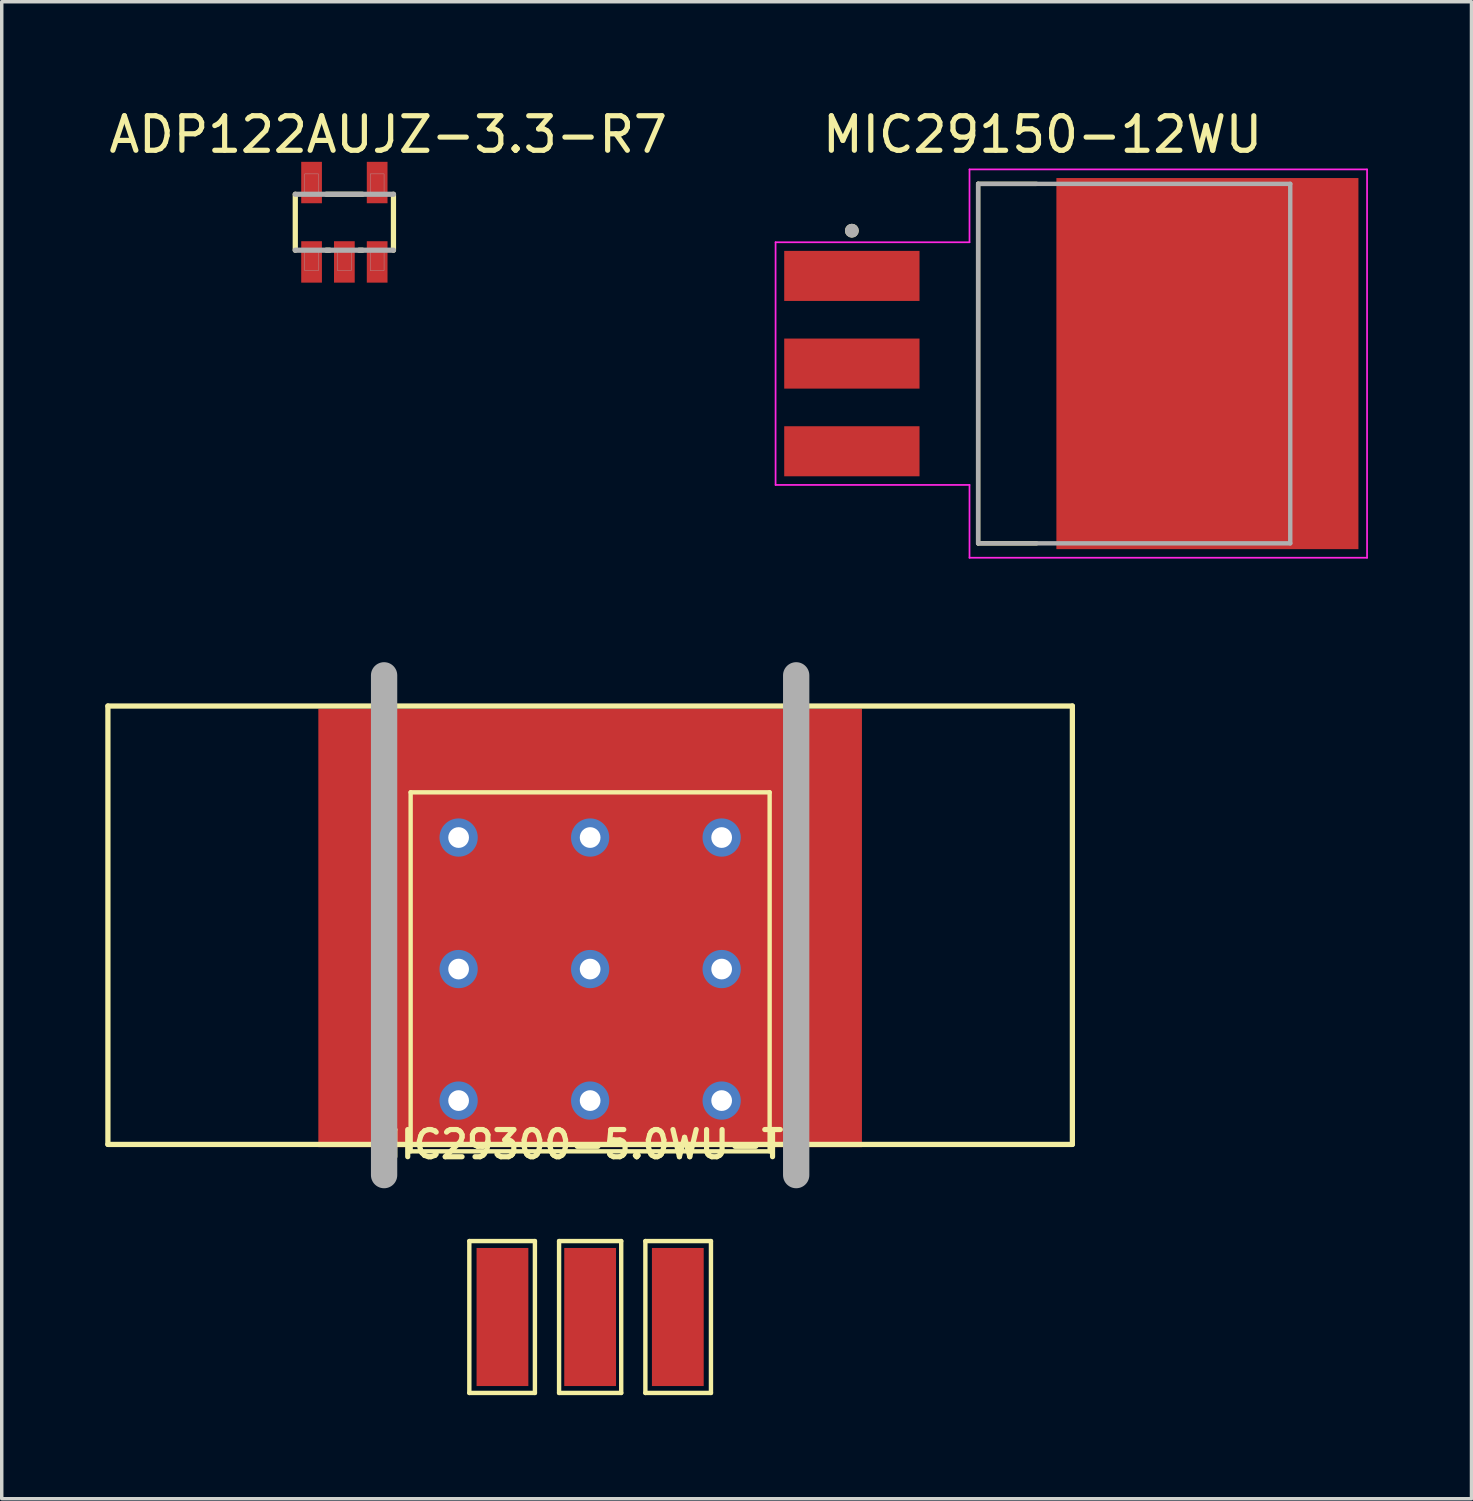
<source format=kicad_pcb>
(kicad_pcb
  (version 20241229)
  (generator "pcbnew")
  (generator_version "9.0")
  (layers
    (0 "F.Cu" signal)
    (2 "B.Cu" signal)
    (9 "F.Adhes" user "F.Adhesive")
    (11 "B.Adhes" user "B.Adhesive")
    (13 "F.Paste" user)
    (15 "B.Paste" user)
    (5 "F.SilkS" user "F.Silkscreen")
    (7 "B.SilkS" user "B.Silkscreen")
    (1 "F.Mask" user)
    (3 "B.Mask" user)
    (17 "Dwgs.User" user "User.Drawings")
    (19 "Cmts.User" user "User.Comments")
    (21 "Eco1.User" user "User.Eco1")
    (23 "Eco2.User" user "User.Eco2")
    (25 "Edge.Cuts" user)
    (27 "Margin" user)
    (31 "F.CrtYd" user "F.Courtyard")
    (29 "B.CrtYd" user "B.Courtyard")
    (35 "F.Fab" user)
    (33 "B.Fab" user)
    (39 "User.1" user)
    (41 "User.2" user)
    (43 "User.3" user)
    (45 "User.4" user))
  (footprint "MIC29150-12WU"
    (layer "F.Cu")
    (at 27.978 7.483)
    (property "Reference" "MIC29150-12WU" (at -0.825 -6.635 0) (layer "F.SilkS") (effects (font (size 1 1) (thickness 0.15))))
    (attr smd)
    (fp_line (start -2.692 -5.207) (end -1 -5.207) (stroke (width 0.127) (type solid)) (layer "F.SilkS"))
    (fp_line (start -2.692 5.207) (end -2.692 -5.207) (stroke (width 0.127) (type solid)) (layer "F.SilkS"))
    (fp_line (start -1 5.207) (end -2.692 5.207) (stroke (width 0.127) (type solid)) (layer "F.SilkS"))
    (fp_circle (center -6.35 -3.85) (end -6.25 -3.85) (stroke (width 0.2) (type solid)) (fill no) (layer "F.SilkS"))
    (fp_poly (pts (xy 0.19 -5.13) (xy 1.64 -5.13) (xy 1.64 -3.87) (xy 0.19 -3.87)) (stroke (width 0.01) (type solid)) (fill yes) (layer "F.Paste"))
    (fp_poly (pts (xy 0.19 -3.33) (xy 1.64 -3.33) (xy 1.64 -2.07) (xy 0.19 -2.07)) (stroke (width 0.01) (type solid)) (fill yes) (layer "F.Paste"))
    (fp_poly (pts (xy 0.19 -1.53) (xy 1.64 -1.53) (xy 1.64 -0.27) (xy 0.19 -0.27)) (stroke (width 0.01) (type solid)) (fill yes) (layer "F.Paste"))
    (fp_poly (pts (xy 0.19 0.27) (xy 1.64 0.27) (xy 1.64 1.53) (xy 0.19 1.53)) (stroke (width 0.01) (type solid)) (fill yes) (layer "F.Paste"))
    (fp_poly (pts (xy 0.19 2.07) (xy 1.64 2.07) (xy 1.64 3.33) (xy 0.19 3.33)) (stroke (width 0.01) (type solid)) (fill yes) (layer "F.Paste"))
    (fp_poly (pts (xy 0.19 3.87) (xy 1.64 3.87) (xy 1.64 5.13) (xy 0.19 5.13)) (stroke (width 0.01) (type solid)) (fill yes) (layer "F.Paste"))
    (fp_poly (pts (xy 2.23 -5.13) (xy 3.68 -5.13) (xy 3.68 -3.87) (xy 2.23 -3.87)) (stroke (width 0.01) (type solid)) (fill yes) (layer "F.Paste"))
    (fp_poly (pts (xy 2.23 -3.33) (xy 3.68 -3.33) (xy 3.68 -2.07) (xy 2.23 -2.07)) (stroke (width 0.01) (type solid)) (fill yes) (layer "F.Paste"))
    (fp_poly (pts (xy 2.23 -1.53) (xy 3.68 -1.53) (xy 3.68 -0.27) (xy 2.23 -0.27)) (stroke (width 0.01) (type solid)) (fill yes) (layer "F.Paste"))
    (fp_poly (pts (xy 2.23 0.27) (xy 3.68 0.27) (xy 3.68 1.53) (xy 2.23 1.53)) (stroke (width 0.01) (type solid)) (fill yes) (layer "F.Paste"))
    (fp_poly (pts (xy 2.23 2.07) (xy 3.68 2.07) (xy 3.68 3.33) (xy 2.23 3.33)) (stroke (width 0.01) (type solid)) (fill yes) (layer "F.Paste"))
    (fp_poly (pts (xy 2.23 3.87) (xy 3.68 3.87) (xy 3.68 5.13) (xy 2.23 5.13)) (stroke (width 0.01) (type solid)) (fill yes) (layer "F.Paste"))
    (fp_poly (pts (xy 4.27 -5.13) (xy 5.72 -5.13) (xy 5.72 -3.87) (xy 4.27 -3.87)) (stroke (width 0.01) (type solid)) (fill yes) (layer "F.Paste"))
    (fp_poly (pts (xy 4.27 -3.33) (xy 5.72 -3.33) (xy 5.72 -2.07) (xy 4.27 -2.07)) (stroke (width 0.01) (type solid)) (fill yes) (layer "F.Paste"))
    (fp_poly (pts (xy 4.27 -1.53) (xy 5.72 -1.53) (xy 5.72 -0.27) (xy 4.27 -0.27)) (stroke (width 0.01) (type solid)) (fill yes) (layer "F.Paste"))
    (fp_poly (pts (xy 4.27 0.27) (xy 5.72 0.27) (xy 5.72 1.53) (xy 4.27 1.53)) (stroke (width 0.01) (type solid)) (fill yes) (layer "F.Paste"))
    (fp_poly (pts (xy 4.27 2.07) (xy 5.72 2.07) (xy 5.72 3.33) (xy 4.27 3.33)) (stroke (width 0.01) (type solid)) (fill yes) (layer "F.Paste"))
    (fp_poly (pts (xy 4.27 3.87) (xy 5.72 3.87) (xy 5.72 5.13) (xy 4.27 5.13)) (stroke (width 0.01) (type solid)) (fill yes) (layer "F.Paste"))
    (fp_poly (pts (xy 6.27 -5.13) (xy 7.72 -5.13) (xy 7.72 -3.87) (xy 6.27 -3.87)) (stroke (width 0.01) (type solid)) (fill yes) (layer "F.Paste"))
    (fp_poly (pts (xy 6.27 -3.33) (xy 7.72 -3.33) (xy 7.72 -2.07) (xy 6.27 -2.07)) (stroke (width 0.01) (type solid)) (fill yes) (layer "F.Paste"))
    (fp_poly (pts (xy 6.27 -1.53) (xy 7.72 -1.53) (xy 7.72 -0.27) (xy 6.27 -0.27)) (stroke (width 0.01) (type solid)) (fill yes) (layer "F.Paste"))
    (fp_poly (pts (xy 6.27 0.27) (xy 7.72 0.27) (xy 7.72 1.53) (xy 6.27 1.53)) (stroke (width 0.01) (type solid)) (fill yes) (layer "F.Paste"))
    (fp_poly (pts (xy 6.27 2.07) (xy 7.72 2.07) (xy 7.72 3.33) (xy 6.27 3.33)) (stroke (width 0.01) (type solid)) (fill yes) (layer "F.Paste"))
    (fp_poly (pts (xy 6.27 3.87) (xy 7.72 3.87) (xy 7.72 5.13) (xy 6.27 5.13)) (stroke (width 0.01) (type solid)) (fill yes) (layer "F.Paste"))
    (fp_line (start -8.56 -3.515) (end -2.942 -3.515) (stroke (width 0.05) (type solid)) (layer "F.CrtYd"))
    (fp_line (start -8.56 3.515) (end -8.56 -3.515) (stroke (width 0.05) (type solid)) (layer "F.CrtYd"))
    (fp_line (start -2.942 -5.625) (end 8.575 -5.625) (stroke (width 0.05) (type solid)) (layer "F.CrtYd"))
    (fp_line (start -2.942 -3.515) (end -2.942 -5.625) (stroke (width 0.05) (type solid)) (layer "F.CrtYd"))
    (fp_line (start -2.942 3.515) (end -8.56 3.515) (stroke (width 0.05) (type solid)) (layer "F.CrtYd"))
    (fp_line (start -2.942 5.625) (end -2.942 3.515) (stroke (width 0.05) (type solid)) (layer "F.CrtYd"))
    (fp_line (start 8.575 -5.625) (end 8.575 5.625) (stroke (width 0.05) (type solid)) (layer "F.CrtYd"))
    (fp_line (start 8.575 5.625) (end -2.942 5.625) (stroke (width 0.05) (type solid)) (layer "F.CrtYd"))
    (fp_line (start -2.692 -5.207) (end 6.35 -5.207) (stroke (width 0.127) (type solid)) (layer "F.Fab"))
    (fp_line (start -2.692 5.207) (end -2.692 -5.207) (stroke (width 0.127) (type solid)) (layer "F.Fab"))
    (fp_line (start 6.35 -5.207) (end 6.35 5.207) (stroke (width 0.127) (type solid)) (layer "F.Fab"))
    (fp_line (start 6.35 5.207) (end -2.692 5.207) (stroke (width 0.127) (type solid)) (layer "F.Fab"))
    (fp_circle (center -6.35 -3.85) (end -6.25 -3.85) (stroke (width 0.2) (type solid)) (fill no) (layer "F.Fab"))
    (pad "1" smd rect (at -6.35 -2.54) (size 3.92 1.45) (layers "F.Cu" "F.Mask" "F.Paste"))
    (pad "2" smd rect (at -6.35 0) (size 3.92 1.45) (layers "F.Cu" "F.Mask" "F.Paste"))
    (pad "3" smd rect (at -6.35 2.54) (size 3.92 1.45) (layers "F.Cu" "F.Mask" "F.Paste"))
    (pad "4" smd rect (at 3.95 0) (size 8.75 10.75) (layers "F.Cu" "F.Mask")))
  (footprint "ADP122AUJZ-3.3-R7"
    (layer "F.Cu")
    (at 6.926 3.388)
    (property "Reference" "ADP122AUJZ-3.3-R7" (at 1.27 -2.54 0) (layer "F.SilkS") (effects (font (size 1 1) (thickness 0.15))))
    (attr smd)
    (fp_poly (pts (xy -1.288 -1.812) (xy -0.613 -1.812) (xy -0.613 -0.5) (xy -1.288 -0.5)) (stroke (width 0.01) (type solid)) (fill yes) (layer "F.Mask"))
    (fp_poly (pts (xy -1.288 0.5) (xy -0.613 0.5) (xy -0.613 1.812) (xy -1.288 1.812)) (stroke (width 0.01) (type solid)) (fill yes) (layer "F.Mask"))
    (fp_poly (pts (xy -0.338 0.5) (xy 0.338 0.5) (xy 0.338 1.812) (xy -0.338 1.812)) (stroke (width 0.01) (type solid)) (fill yes) (layer "F.Mask"))
    (fp_poly (pts (xy 0.613 -1.812) (xy 1.288 -1.812) (xy 1.288 -0.5) (xy 0.613 -0.5)) (stroke (width 0.01) (type solid)) (fill yes) (layer "F.Mask"))
    (fp_poly (pts (xy 0.613 0.5) (xy 1.288 0.5) (xy 1.288 1.812) (xy 0.613 1.812)) (stroke (width 0.01) (type solid)) (fill yes) (layer "F.Mask"))
    (fp_line (start -1.422 0.81) (end -1.422 -0.81) (stroke (width 0.152) (type solid)) (layer "F.SilkS"))
    (fp_line (start -0.522 -0.81) (end 0.522 -0.81) (stroke (width 0.152) (type solid)) (layer "F.SilkS"))
    (fp_line (start -0.428 0.81) (end -0.522 0.81) (stroke (width 0.152) (type solid)) (layer "F.SilkS"))
    (fp_line (start 0.522 0.81) (end 0.428 0.81) (stroke (width 0.152) (type solid)) (layer "F.SilkS"))
    (fp_line (start 1.422 -0.81) (end 1.422 0.81) (stroke (width 0.152) (type solid)) (layer "F.SilkS"))
    (fp_poly (pts (xy -1.212 -1.712) (xy -0.688 -1.712) (xy -0.688 -0.588) (xy -1.212 -0.588)) (stroke (width 0.01) (type solid)) (fill yes) (layer "F.Paste"))
    (fp_poly (pts (xy -1.212 0.588) (xy -0.688 0.588) (xy -0.688 1.712) (xy -1.212 1.712)) (stroke (width 0.01) (type solid)) (fill yes) (layer "F.Paste"))
    (fp_poly (pts (xy -0.263 0.588) (xy 0.263 0.588) (xy 0.263 1.712) (xy -0.263 1.712)) (stroke (width 0.01) (type solid)) (fill yes) (layer "F.Paste"))
    (fp_poly (pts (xy 0.688 -1.712) (xy 1.212 -1.712) (xy 1.212 -0.588) (xy 0.688 -0.588)) (stroke (width 0.01) (type solid)) (fill yes) (layer "F.Paste"))
    (fp_poly (pts (xy 0.688 0.588) (xy 1.212 0.588) (xy 1.212 1.712) (xy 0.688 1.712)) (stroke (width 0.01) (type solid)) (fill yes) (layer "F.Paste"))
    (fp_line (start -1.422 -0.81) (end 1.422 -0.81) (stroke (width 0.152) (type solid)) (layer "F.Fab"))
    (fp_line (start 1.422 0.81) (end -1.422 0.81) (stroke (width 0.152) (type solid)) (layer "F.Fab"))
    (fp_poly (pts (xy -1.15 -1.4) (xy -0.75 -1.4) (xy -0.75 -0.85) (xy -1.15 -0.85)) (stroke (width 0.01) (type solid)) (fill no) (layer "F.Fab"))
    (fp_poly (pts (xy -1.15 0.85) (xy -0.75 0.85) (xy -0.75 1.4) (xy -1.15 1.4)) (stroke (width 0.01) (type solid)) (fill no) (layer "F.Fab"))
    (fp_poly (pts (xy -0.2 0.85) (xy 0.2 0.85) (xy 0.2 1.4) (xy -0.2 1.4)) (stroke (width 0.01) (type solid)) (fill no) (layer "F.Fab"))
    (fp_poly (pts (xy 0.75 -1.4) (xy 1.15 -1.4) (xy 1.15 -0.85) (xy 0.75 -0.85)) (stroke (width 0.01) (type solid)) (fill no) (layer "F.Fab"))
    (fp_poly (pts (xy 0.75 0.85) (xy 1.15 0.85) (xy 1.15 1.4) (xy 0.75 1.4)) (stroke (width 0.01) (type solid)) (fill no) (layer "F.Fab"))
    (pad "1" smd rect (at -0.95 1.15) (size 0.6 1.2) (layers "F.Cu"))
    (pad "2" smd rect (at 0 1.15) (size 0.6 1.2) (layers "F.Cu"))
    (pad "3" smd rect (at 0.95 1.15) (size 0.6 1.2) (layers "F.Cu"))
    (pad "4" smd rect (at 0.95 -1.15) (size 0.6 1.2) (layers "F.Cu"))
    (pad "5" smd rect (at -0.95 -1.15) (size 0.6 1.2) (layers "F.Cu")))
  (footprint "MIC29300-5.0WU-TR"
    (layer "F.Cu")
    (at 14.046 30.103)
    (property "Reference" "MIC29300-5.0WU-TR" (at 0 0 0) (layer "F.SilkS") (effects (font (size 0.787 0.787) (thickness 0.15))))
    (attr through_hole)
    (fp_poly (pts (xy -8.001 -12.827) (xy -6.35 -12.827) (xy -6.35 0.254) (xy -8.001 0.254)) (stroke (width 0.01) (type solid)) (fill yes) (layer "F.Mask"))
    (fp_poly (pts (xy -5.334 -11.43) (xy 5.334 -11.43) (xy 5.334 0.254) (xy -5.334 0.254)) (stroke (width 0.01) (type solid)) (fill yes) (layer "F.Mask"))
    (fp_poly (pts (xy 6.35 -12.827) (xy 8.001 -12.827) (xy 8.001 0.254) (xy 6.35 0.254)) (stroke (width 0.01) (type solid)) (fill yes) (layer "F.Mask"))
    (fp_line (start -13.97 0) (end -13.97 -12.7) (stroke (width 0.152) (type solid)) (layer "F.SilkS"))
    (fp_line (start -13.97 0) (end 13.97 0) (stroke (width 0.152) (type solid)) (layer "F.SilkS"))
    (fp_line (start -5.2 -10.2) (end 5.2 -10.2) (stroke (width 0.127) (type solid)) (layer "F.SilkS"))
    (fp_line (start -5.2 0.2) (end -5.2 -10.2) (stroke (width 0.127) (type solid)) (layer "F.SilkS"))
    (fp_line (start -3.5 2.8) (end -1.6 2.8) (stroke (width 0.127) (type solid)) (layer "F.SilkS"))
    (fp_line (start -3.5 7.2) (end -3.5 2.8) (stroke (width 0.127) (type solid)) (layer "F.SilkS"))
    (fp_line (start -1.6 2.8) (end -1.6 7.2) (stroke (width 0.127) (type solid)) (layer "F.SilkS"))
    (fp_line (start -1.6 7.2) (end -3.5 7.2) (stroke (width 0.127) (type solid)) (layer "F.SilkS"))
    (fp_line (start -0.9 2.8) (end 0.9 2.8) (stroke (width 0.127) (type solid)) (layer "F.SilkS"))
    (fp_line (start -0.9 7.2) (end -0.9 2.8) (stroke (width 0.127) (type solid)) (layer "F.SilkS"))
    (fp_line (start 0.9 2.8) (end 0.9 7.2) (stroke (width 0.127) (type solid)) (layer "F.SilkS"))
    (fp_line (start 0.9 7.2) (end -0.9 7.2) (stroke (width 0.127) (type solid)) (layer "F.SilkS"))
    (fp_line (start 1.6 2.8) (end 3.5 2.8) (stroke (width 0.127) (type solid)) (layer "F.SilkS"))
    (fp_line (start 1.6 7.2) (end 1.6 2.8) (stroke (width 0.127) (type solid)) (layer "F.SilkS"))
    (fp_line (start 3.5 2.8) (end 3.5 7.2) (stroke (width 0.127) (type solid)) (layer "F.SilkS"))
    (fp_line (start 3.5 7.2) (end 1.6 7.2) (stroke (width 0.127) (type solid)) (layer "F.SilkS"))
    (fp_line (start 5.2 -10.2) (end 5.2 0.2) (stroke (width 0.127) (type solid)) (layer "F.SilkS"))
    (fp_line (start 5.2 0.2) (end -5.2 0.2) (stroke (width 0.127) (type solid)) (layer "F.SilkS"))
    (fp_line (start 13.97 -12.7) (end -13.97 -12.7) (stroke (width 0.152) (type solid)) (layer "F.SilkS"))
    (fp_line (start 13.97 0) (end 13.97 -12.7) (stroke (width 0.152) (type solid)) (layer "F.SilkS"))
    (fp_poly (pts (xy -7.747 -12.446) (xy -6.477 -12.446) (xy -6.477 0) (xy -7.747 0)) (stroke (width 0.01) (type solid)) (fill yes) (layer "F.Paste"))
    (fp_poly (pts (xy -4.699 -9.779) (xy 4.699 -9.779) (xy 4.699 -0.508) (xy -4.699 -0.508)) (stroke (width 0.01) (type solid)) (fill yes) (layer "F.Paste"))
    (fp_poly (pts (xy 6.477 -12.446) (xy 7.747 -12.446) (xy 7.747 0) (xy 6.477 0)) (stroke (width 0.01) (type solid)) (fill yes) (layer "F.Paste"))
    (fp_line (start -5.969 0.889) (end -5.969 -13.589) (stroke (width 0.762) (type solid)) (layer "F.Fab"))
    (fp_line (start 5.969 0.889) (end 5.969 -13.589) (stroke (width 0.762) (type solid)) (layer "F.Fab"))
    (pad "1" smd rect (at -2.54 5) (size 1.5 4) (layers "F.Cu" "F.Mask" "F.Paste"))
    (pad "2" smd rect (at 0 5) (size 1.5 4) (layers "F.Cu" "F.Mask" "F.Paste"))
    (pad "3" smd rect (at 2.54 5) (size 1.5 4) (layers "F.Cu" "F.Mask" "F.Paste"))
    (pad "G1" thru_hole circle (at -3.81 -8.89) (size 1.108 1.108) (drill 0.6) (layers "*.Cu"))
    (pad "G2" thru_hole circle (at 0 -8.89) (size 1.108 1.108) (drill 0.6) (layers "*.Cu"))
    (pad "G3" thru_hole circle (at 3.81 -8.89) (size 1.108 1.108) (drill 0.6) (layers "*.Cu"))
    (pad "G4" thru_hole circle (at -3.81 -5.08) (size 1.108 1.108) (drill 0.6) (layers "*.Cu"))
    (pad "G5" thru_hole circle (at 0 -5.08) (size 1.108 1.108) (drill 0.6) (layers "*.Cu"))
    (pad "G6" thru_hole circle (at 3.81 -5.08) (size 1.108 1.108) (drill 0.6) (layers "*.Cu"))
    (pad "G7" thru_hole circle (at -3.81 -1.27) (size 1.108 1.108) (drill 0.6) (layers "*.Cu"))
    (pad "G8" thru_hole circle (at 0 -1.27) (size 1.108 1.108) (drill 0.6) (layers "*.Cu"))
    (pad "G9" thru_hole circle (at 3.81 -1.27) (size 1.108 1.108) (drill 0.6) (layers "*.Cu"))
    (pad "TAB" smd rect (at 0 -6.27) (size 15.748 12.7) (layers "F.Cu")))
  (gr_rect
    (start -3 -3)
    (end 39.578 40.367)
    (stroke (width 0.1) (type default))
    (fill no)
    (layer "Edge.Cuts")))
</source>
